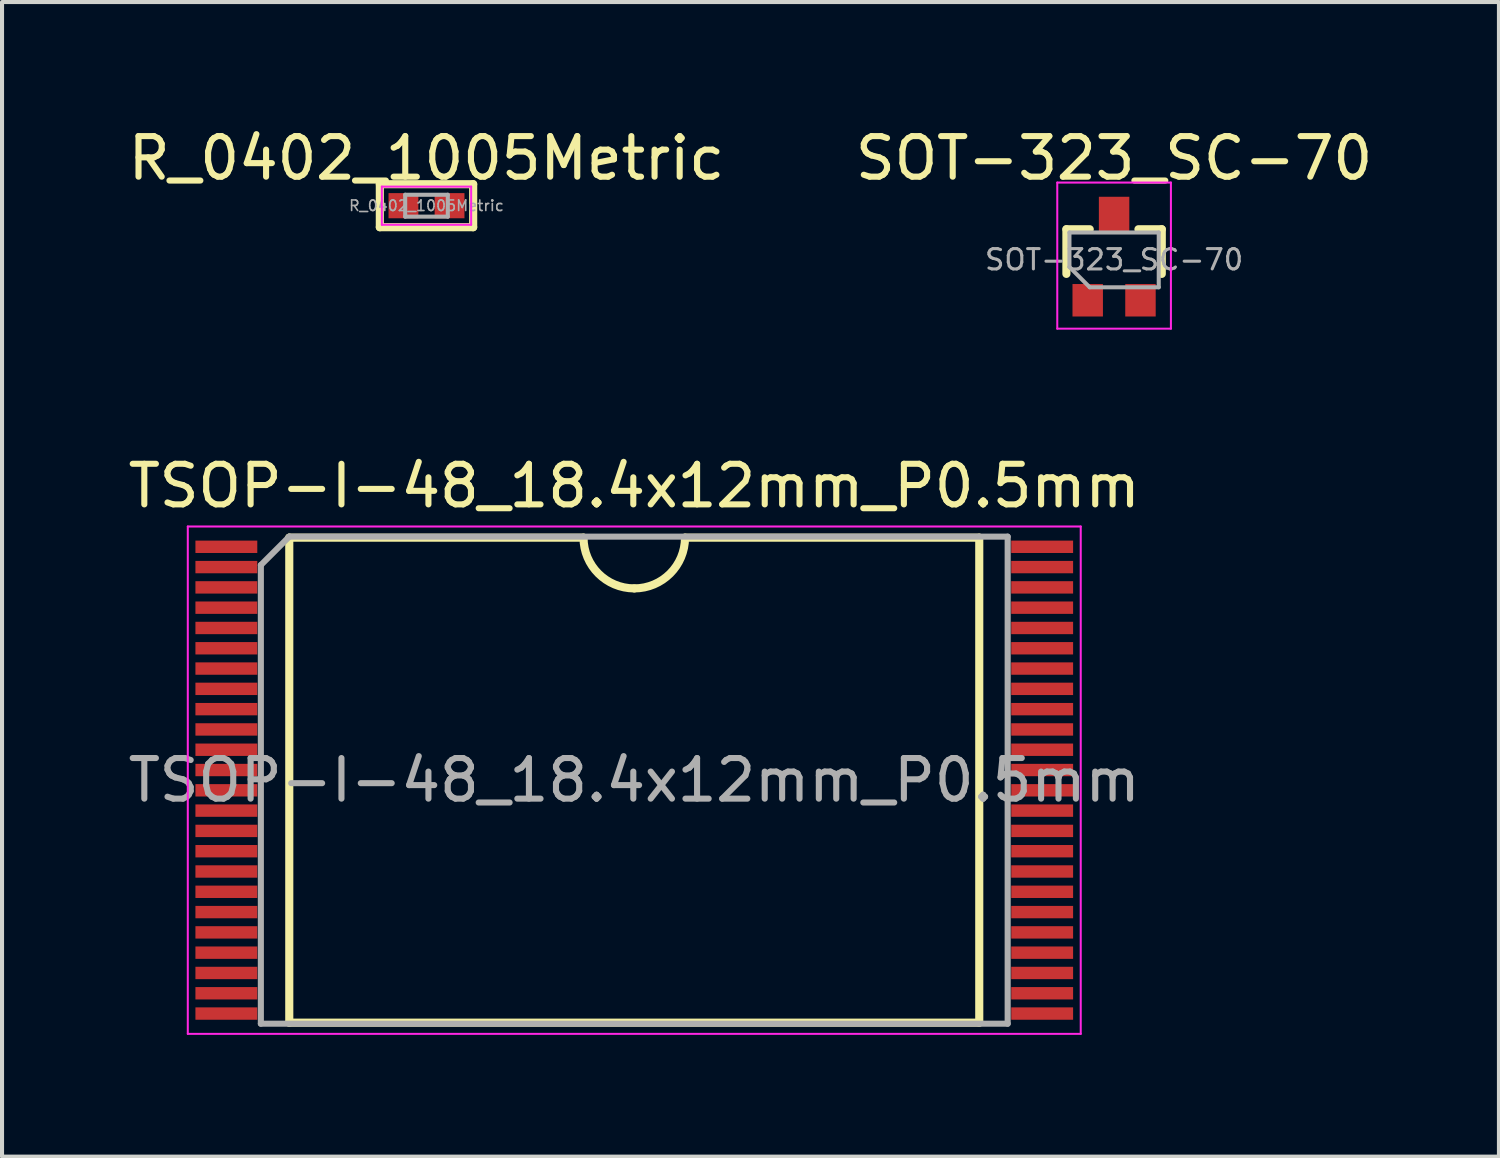
<source format=kicad_pcb>
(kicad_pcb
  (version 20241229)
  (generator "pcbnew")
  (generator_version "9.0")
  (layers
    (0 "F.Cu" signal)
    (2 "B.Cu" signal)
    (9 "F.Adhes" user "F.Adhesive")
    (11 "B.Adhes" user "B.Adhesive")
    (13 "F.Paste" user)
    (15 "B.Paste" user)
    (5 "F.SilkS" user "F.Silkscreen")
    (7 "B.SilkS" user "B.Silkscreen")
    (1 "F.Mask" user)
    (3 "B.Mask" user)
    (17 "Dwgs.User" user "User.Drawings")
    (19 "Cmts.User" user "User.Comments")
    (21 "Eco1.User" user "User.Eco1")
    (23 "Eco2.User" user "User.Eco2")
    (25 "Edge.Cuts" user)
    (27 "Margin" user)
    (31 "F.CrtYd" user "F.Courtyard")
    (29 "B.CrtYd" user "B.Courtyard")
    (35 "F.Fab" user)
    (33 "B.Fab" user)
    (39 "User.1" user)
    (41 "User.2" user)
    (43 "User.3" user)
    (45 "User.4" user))
  (footprint "SOT-323_SC-70"
    (layer "F.Cu")
    (at 24.399 3.348)
    (property "Reference" "SOT-323_SC-70" (at 0 -2.5 0) (layer "F.SilkS") (effects (font (size 1 1) (thickness 0.15))))
    (attr smd)
    (fp_line (start -1.175 -0.75) (end -1.175 0.35) (stroke (width 0.2) (type solid)) (layer "F.SilkS"))
    (fp_line (start -1.175 -0.75) (end -0.6 -0.75) (stroke (width 0.2) (type solid)) (layer "F.SilkS"))
    (fp_line (start 0.6 -0.75) (end 1.175 -0.75) (stroke (width 0.2) (type solid)) (layer "F.SilkS"))
    (fp_line (start 1.175 0.35) (end 1.175 -0.75) (stroke (width 0.2) (type solid)) (layer "F.SilkS"))
    (fp_line (start -1.4 -1.9) (end 1.4 -1.9) (stroke (width 0.05) (type solid)) (layer "F.CrtYd"))
    (fp_line (start -1.4 1.7) (end -1.4 -1.9) (stroke (width 0.05) (type solid)) (layer "F.CrtYd"))
    (fp_line (start 1.4 -1.9) (end 1.4 1.7) (stroke (width 0.05) (type solid)) (layer "F.CrtYd"))
    (fp_line (start 1.4 1.7) (end -1.4 1.7) (stroke (width 0.05) (type solid)) (layer "F.CrtYd"))
    (fp_line (start -1.1 -0.67) (end -1.1 0.18) (stroke (width 0.1) (type solid)) (layer "F.Fab"))
    (fp_line (start -1.1 -0.67) (end 1.1 -0.67) (stroke (width 0.1) (type solid)) (layer "F.Fab"))
    (fp_line (start -1.1 0.18) (end -0.6 0.68) (stroke (width 0.1) (type solid)) (layer "F.Fab"))
    (fp_line (start -0.6 0.68) (end 1.1 0.68) (stroke (width 0.1) (type solid)) (layer "F.Fab"))
    (fp_line (start 1.1 -0.67) (end 1.1 0.68) (stroke (width 0.1) (type solid)) (layer "F.Fab"))
    (fp_text user "${REFERENCE}" (at 0 0 180) (layer "F.Fab") (effects (font (size 0.5 0.5) (thickness 0.075))))
    (pad "1" smd rect (at 0.65 1) (size 0.75 0.8) (layers "F.Cu" "F.Mask" "F.Paste"))
    (pad "2" smd rect (at -0.65 1) (size 0.75 0.8) (layers "F.Cu" "F.Mask" "F.Paste"))
    (pad "3" smd rect (at 0 -1.1) (size 0.75 0.9) (layers "F.Cu" "F.Mask" "F.Paste")))
  (footprint "TSOP-I-48_18.4x12mm_P0.5mm"
    (layer "F.Cu")
    (at 12.577 16.172)
    (property "Reference" "TSOP-I-48_18.4x12mm_P0.5mm" (at 0 -7.25 0) (layer "F.SilkS") (effects (font (size 1 1) (thickness 0.15))))
    (attr smd)
    (fp_line (start -8.5 -5.975) (end -8.5 5.975) (stroke (width 0.2) (type solid)) (layer "F.SilkS"))
    (fp_line (start -8.5 5.975) (end 8.5 5.975) (stroke (width 0.2) (type solid)) (layer "F.SilkS"))
    (fp_line (start -1.25 -5.975) (end -8.5 -5.975) (stroke (width 0.2) (type solid)) (layer "F.SilkS"))
    (fp_line (start 8.5 -5.975) (end 1.25 -5.975) (stroke (width 0.2) (type solid)) (layer "F.SilkS"))
    (fp_line (start 8.5 5.975) (end 8.5 -5.975) (stroke (width 0.2) (type solid)) (layer "F.SilkS"))
    (fp_arc (start 0 -4.725) (mid -0.883883 -5.091117) (end -1.25 -5.975) (stroke (width 0.2) (type solid)) (layer "F.SilkS"))
    (fp_arc (start 1.25 -5.975) (mid 0.883883 -5.091117) (end 0 -4.725) (stroke (width 0.2) (type solid)) (layer "F.SilkS"))
    (fp_line (start -11 -6.25) (end 11 -6.25) (stroke (width 0.05) (type solid)) (layer "F.CrtYd"))
    (fp_line (start -11 6.25) (end -11 -6.25) (stroke (width 0.05) (type solid)) (layer "F.CrtYd"))
    (fp_line (start 11 -6.25) (end 11 6.25) (stroke (width 0.05) (type solid)) (layer "F.CrtYd"))
    (fp_line (start 11 6.25) (end -11 6.25) (stroke (width 0.05) (type solid)) (layer "F.CrtYd"))
    (fp_line (start -9.2 6) (end -9.2 -5.3) (stroke (width 0.15) (type solid)) (layer "F.Fab"))
    (fp_line (start -8.5 -6) (end -9.2 -5.3) (stroke (width 0.15) (type solid)) (layer "F.Fab"))
    (fp_line (start -8.5 -6) (end 9.2 -6) (stroke (width 0.15) (type solid)) (layer "F.Fab"))
    (fp_line (start 9.2 -6) (end 9.2 6) (stroke (width 0.15) (type solid)) (layer "F.Fab"))
    (fp_line (start 9.2 6) (end -9.2 6) (stroke (width 0.15) (type solid)) (layer "F.Fab"))
    (fp_text user "${REFERENCE}" (at 0 0 0) (layer "F.Fab") (effects (font (size 1 1) (thickness 0.15))))
    (pad "1" smd rect (at -10.05 -5.75) (size 1.524 0.305) (layers "F.Cu" "F.Mask" "F.Paste"))
    (pad "2" smd rect (at -10.05 -5.25) (size 1.524 0.305) (layers "F.Cu" "F.Mask" "F.Paste"))
    (pad "3" smd rect (at -10.05 -4.75) (size 1.524 0.305) (layers "F.Cu" "F.Mask" "F.Paste"))
    (pad "4" smd rect (at -10.05 -4.25) (size 1.524 0.305) (layers "F.Cu" "F.Mask" "F.Paste"))
    (pad "5" smd rect (at -10.05 -3.75) (size 1.524 0.305) (layers "F.Cu" "F.Mask" "F.Paste"))
    (pad "6" smd rect (at -10.05 -3.25) (size 1.524 0.305) (layers "F.Cu" "F.Mask" "F.Paste"))
    (pad "7" smd rect (at -10.05 -2.75) (size 1.524 0.305) (layers "F.Cu" "F.Mask" "F.Paste"))
    (pad "8" smd rect (at -10.05 -2.25) (size 1.524 0.305) (layers "F.Cu" "F.Mask" "F.Paste"))
    (pad "9" smd rect (at -10.05 -1.75) (size 1.524 0.305) (layers "F.Cu" "F.Mask" "F.Paste"))
    (pad "10" smd rect (at -10.05 -1.25) (size 1.524 0.305) (layers "F.Cu" "F.Mask" "F.Paste"))
    (pad "11" smd rect (at -10.05 -0.75) (size 1.524 0.305) (layers "F.Cu" "F.Mask" "F.Paste"))
    (pad "12" smd rect (at -10.05 -0.25) (size 1.524 0.305) (layers "F.Cu" "F.Mask" "F.Paste"))
    (pad "13" smd rect (at -10.05 0.25) (size 1.524 0.305) (layers "F.Cu" "F.Mask" "F.Paste"))
    (pad "14" smd rect (at -10.05 0.75) (size 1.524 0.305) (layers "F.Cu" "F.Mask" "F.Paste"))
    (pad "15" smd rect (at -10.05 1.25) (size 1.524 0.305) (layers "F.Cu" "F.Mask" "F.Paste"))
    (pad "16" smd rect (at -10.05 1.75) (size 1.524 0.305) (layers "F.Cu" "F.Mask" "F.Paste"))
    (pad "17" smd rect (at -10.05 2.25) (size 1.524 0.305) (layers "F.Cu" "F.Mask" "F.Paste"))
    (pad "18" smd rect (at -10.05 2.75) (size 1.524 0.305) (layers "F.Cu" "F.Mask" "F.Paste"))
    (pad "19" smd rect (at -10.05 3.25) (size 1.524 0.305) (layers "F.Cu" "F.Mask" "F.Paste"))
    (pad "20" smd rect (at -10.05 3.75) (size 1.524 0.305) (layers "F.Cu" "F.Mask" "F.Paste"))
    (pad "21" smd rect (at -10.05 4.25) (size 1.524 0.305) (layers "F.Cu" "F.Mask" "F.Paste"))
    (pad "22" smd rect (at -10.05 4.75) (size 1.524 0.305) (layers "F.Cu" "F.Mask" "F.Paste"))
    (pad "23" smd rect (at -10.05 5.25) (size 1.524 0.305) (layers "F.Cu" "F.Mask" "F.Paste"))
    (pad "24" smd rect (at -10.05 5.75) (size 1.524 0.305) (layers "F.Cu" "F.Mask" "F.Paste"))
    (pad "25" smd rect (at 10.05 5.75) (size 1.524 0.305) (layers "F.Cu" "F.Mask" "F.Paste"))
    (pad "26" smd rect (at 10.05 5.25) (size 1.524 0.305) (layers "F.Cu" "F.Mask" "F.Paste"))
    (pad "27" smd rect (at 10.05 4.75) (size 1.524 0.305) (layers "F.Cu" "F.Mask" "F.Paste"))
    (pad "28" smd rect (at 10.05 4.25) (size 1.524 0.305) (layers "F.Cu" "F.Mask" "F.Paste"))
    (pad "29" smd rect (at 10.05 3.75) (size 1.524 0.305) (layers "F.Cu" "F.Mask" "F.Paste"))
    (pad "30" smd rect (at 10.05 3.25) (size 1.524 0.305) (layers "F.Cu" "F.Mask" "F.Paste"))
    (pad "31" smd rect (at 10.05 2.75) (size 1.524 0.305) (layers "F.Cu" "F.Mask" "F.Paste"))
    (pad "32" smd rect (at 10.05 2.25) (size 1.524 0.305) (layers "F.Cu" "F.Mask" "F.Paste"))
    (pad "33" smd rect (at 10.05 1.75) (size 1.524 0.305) (layers "F.Cu" "F.Mask" "F.Paste"))
    (pad "34" smd rect (at 10.05 1.25) (size 1.524 0.305) (layers "F.Cu" "F.Mask" "F.Paste"))
    (pad "35" smd rect (at 10.05 0.75) (size 1.524 0.305) (layers "F.Cu" "F.Mask" "F.Paste"))
    (pad "36" smd rect (at 10.05 0.25) (size 1.524 0.305) (layers "F.Cu" "F.Mask" "F.Paste"))
    (pad "37" smd rect (at 10.05 -0.25) (size 1.524 0.305) (layers "F.Cu" "F.Mask" "F.Paste"))
    (pad "38" smd rect (at 10.05 -0.75) (size 1.524 0.305) (layers "F.Cu" "F.Mask" "F.Paste"))
    (pad "39" smd rect (at 10.05 -1.25) (size 1.524 0.305) (layers "F.Cu" "F.Mask" "F.Paste"))
    (pad "40" smd rect (at 10.05 -1.75) (size 1.524 0.305) (layers "F.Cu" "F.Mask" "F.Paste"))
    (pad "41" smd rect (at 10.05 -2.25) (size 1.524 0.305) (layers "F.Cu" "F.Mask" "F.Paste"))
    (pad "42" smd rect (at 10.05 -2.75) (size 1.524 0.305) (layers "F.Cu" "F.Mask" "F.Paste"))
    (pad "43" smd rect (at 10.05 -3.25) (size 1.524 0.305) (layers "F.Cu" "F.Mask" "F.Paste"))
    (pad "44" smd rect (at 10.05 -3.75) (size 1.524 0.305) (layers "F.Cu" "F.Mask" "F.Paste"))
    (pad "45" smd rect (at 10.05 -4.25) (size 1.524 0.305) (layers "F.Cu" "F.Mask" "F.Paste"))
    (pad "46" smd rect (at 10.05 -4.75) (size 1.524 0.305) (layers "F.Cu" "F.Mask" "F.Paste"))
    (pad "47" smd rect (at 10.05 -5.25) (size 1.524 0.305) (layers "F.Cu" "F.Mask" "F.Paste"))
    (pad "48" smd rect (at 10.05 -5.75) (size 1.524 0.305) (layers "F.Cu" "F.Mask" "F.Paste")))
  (footprint "R_0402_1005Metric"
    (layer "F.Cu")
    (at 7.458 2.018)
    (property "Reference" "R_0402_1005Metric" (at 0 -1.17 0) (layer "F.SilkS") (effects (font (size 1 1) (thickness 0.15))))
    (attr smd)
    (fp_line (start -1.15 -0.53) (end -1.15 0.53) (stroke (width 0.2) (type solid)) (layer "F.SilkS"))
    (fp_line (start -1.15 0.53) (end 1.15 0.53) (stroke (width 0.2) (type solid)) (layer "F.SilkS"))
    (fp_line (start 1.15 -0.53) (end -1.15 -0.53) (stroke (width 0.2) (type solid)) (layer "F.SilkS"))
    (fp_line (start 1.15 0.53) (end 1.15 -0.53) (stroke (width 0.2) (type solid)) (layer "F.SilkS"))
    (fp_line (start -1.1 -0.47) (end 1.1 -0.47) (stroke (width 0.05) (type solid)) (layer "F.CrtYd"))
    (fp_line (start -1.1 0.47) (end -1.1 -0.47) (stroke (width 0.05) (type solid)) (layer "F.CrtYd"))
    (fp_line (start 1.1 -0.47) (end 1.1 0.47) (stroke (width 0.05) (type solid)) (layer "F.CrtYd"))
    (fp_line (start 1.1 0.47) (end -1.1 0.47) (stroke (width 0.05) (type solid)) (layer "F.CrtYd"))
    (fp_line (start -0.525 -0.27) (end 0.525 -0.27) (stroke (width 0.1) (type solid)) (layer "F.Fab"))
    (fp_line (start -0.525 0.27) (end -0.525 -0.27) (stroke (width 0.1) (type solid)) (layer "F.Fab"))
    (fp_line (start 0.525 -0.27) (end 0.525 0.27) (stroke (width 0.1) (type solid)) (layer "F.Fab"))
    (fp_line (start 0.525 0.27) (end -0.525 0.27) (stroke (width 0.1) (type solid)) (layer "F.Fab"))
    (fp_text user "${REFERENCE}" (at 0 0 0) (layer "F.Fab") (effects (font (size 0.26 0.26) (thickness 0.04))))
    (pad "1" smd rect (at -0.568 0) (size 0.735 0.62) (layers "F.Cu" "F.Mask" "F.Paste"))
    (pad "2" smd rect (at 0.568 0) (size 0.735 0.62) (layers "F.Cu" "F.Mask" "F.Paste")))
  (gr_rect
    (start -3 -3)
    (end 33.881 25.447)
    (stroke (width 0.1) (type default))
    (fill no)
    (layer "Edge.Cuts")))
</source>
